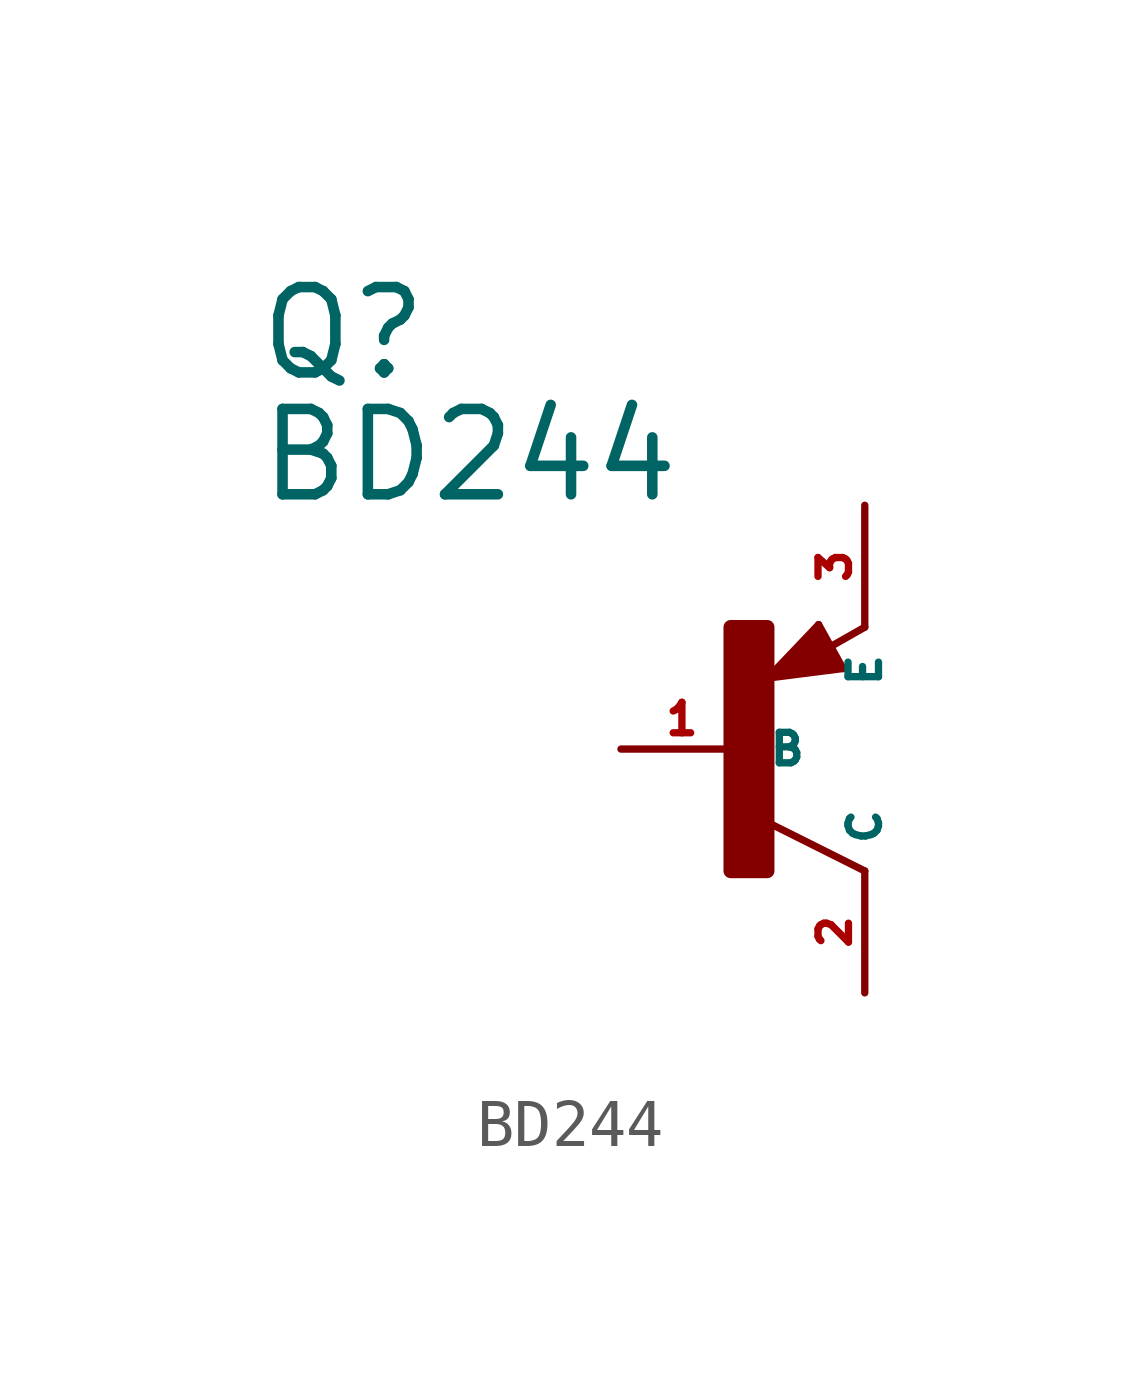
<source format=kicad_sym>
(kicad_symbol_lib
  (version 20220914)
  (generator Eagle2Kicad)
  (symbol "BD244"
    (property "Reference" "Q"
      (at -10.16 7.62 0)
      (effects (font (size 1.778 1.778) (thickness 0.22)) (justify left bottom)))
    (property "Value" "BD244"
      (at -10.16 5.08 0)
      (effects (font (size 1.778 1.778) (thickness 0.22)) (justify left bottom)))
    (polyline
      (pts (xy 2.086 1.678) (xy 1.578 2.594))
      (stroke (width 0.152) (type default))
      (fill (type none)))
    (polyline
      (pts (xy 1.578 2.594) (xy 0.516 1.478))
      (stroke (width 0.152) (type default))
      (fill (type none)))
    (polyline
      (pts (xy 0.516 1.478) (xy 2.086 1.678))
      (stroke (width 0.152) (type default))
      (fill (type none)))
    (polyline
      (pts (xy 2.54 2.54) (xy 1.808 2.124))
      (stroke (width 0.152) (type default))
      (fill (type none)))
    (polyline
      (pts (xy 2.54 -2.54) (xy 0.508 -1.524))
      (stroke (width 0.152) (type default))
      (fill (type none)))
    (polyline
      (pts (xy 1.905 1.778) (xy 1.524 2.413))
      (stroke (width 0.254) (type default))
      (fill (type none)))
    (polyline
      (pts (xy 1.524 2.413) (xy 0.762 1.651))
      (stroke (width 0.254) (type default))
      (fill (type none)))
    (polyline
      (pts (xy 0.762 1.651) (xy 1.778 1.778))
      (stroke (width 0.254) (type default))
      (fill (type none)))
    (polyline
      (pts (xy 1.778 1.778) (xy 1.524 2.159))
      (stroke (width 0.254) (type default))
      (fill (type none)))
    (polyline
      (pts (xy 1.524 2.159) (xy 1.143 1.905))
      (stroke (width 0.254) (type default))
      (fill (type none)))
    (polyline
      (pts (xy 1.143 1.905) (xy 1.524 1.905))
      (stroke (width 0.254) (type default))
      (fill (type none)))
    (rectangle
      (start -0.254 -2.54)
      (end 0.508 2.54)
      (stroke (width 0.3) (type default))
      (fill (type outline)))
    (pin passive line
      (at -2.54 0 0)
      (length 2.54)
      (name "B" (effects (font (size 0.635 0.635) (thickness 0.08)) (justify left bottom)))
      (number "1" (effects (font (size 0.635 0.635) (thickness 0.08)) (justify left bottom))))
    (pin passive line
      (at 2.54 5.08 270)
      (length 2.54)
      (name "E" (effects (font (size 0.635 0.635) (thickness 0.08)) (justify left bottom)))
      (number "3" (effects (font (size 0.635 0.635) (thickness 0.08)) (justify left bottom))))
    (pin passive line
      (at 2.54 -5.08 90)
      (length 2.54)
      (name "C" (effects (font (size 0.635 0.635) (thickness 0.08)) (justify left bottom)))
      (number "2" (effects (font (size 0.635 0.635) (thickness 0.08)) (justify left bottom))))))
</source>
